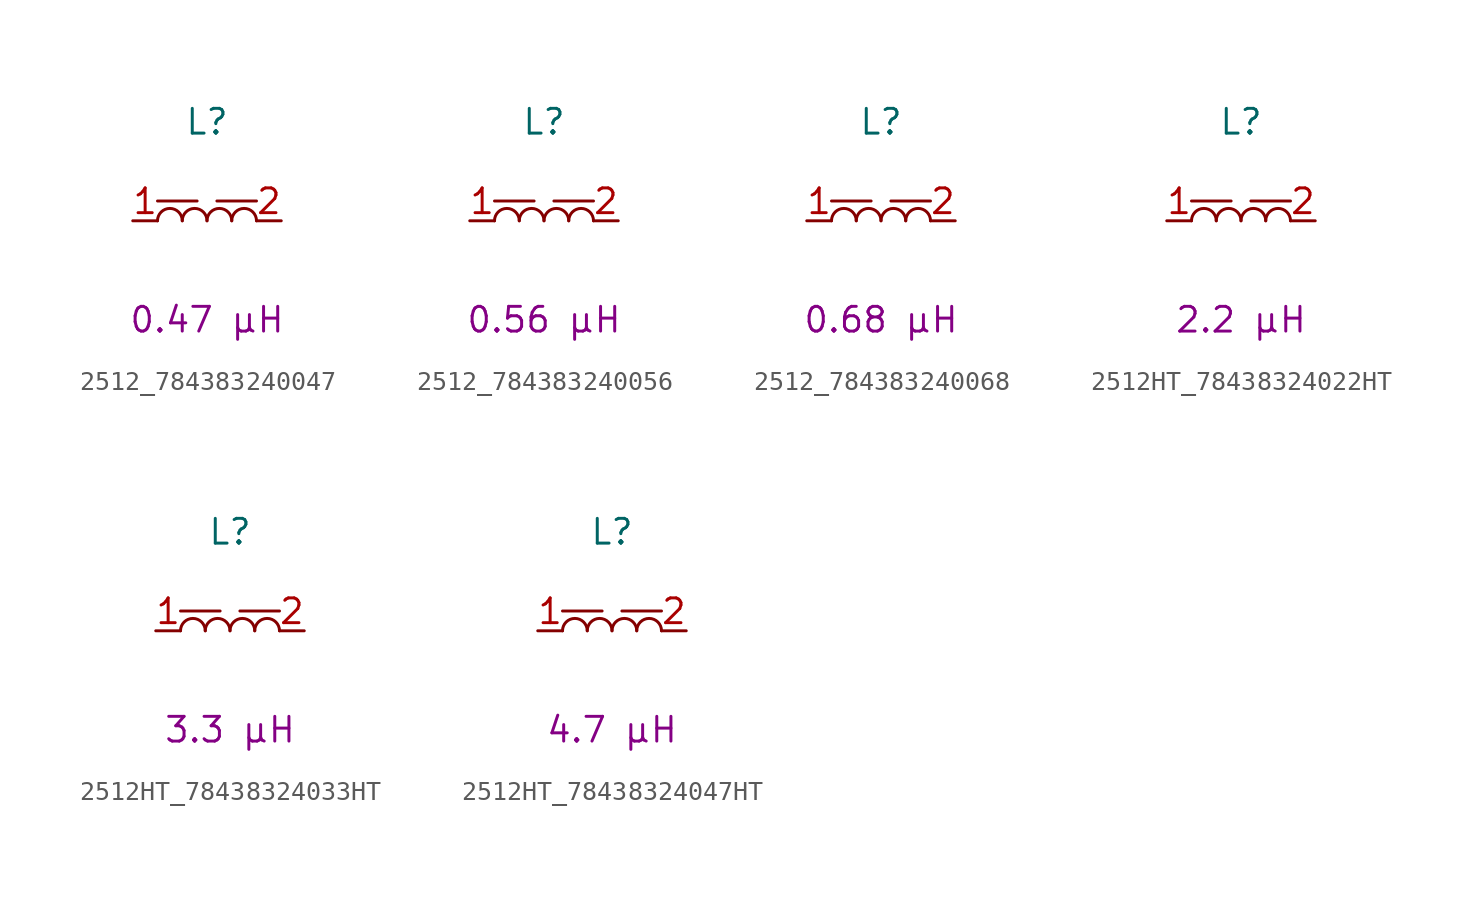
<source format=kicad_sym>
(kicad_symbol_lib
  (version 20220914)
  (generator kicad_symbol_editor)
  (symbol "2512_784383240047"
    (pin_names hide)
    (property "Reference" "L"
      (at 0 5.08 0)
      (effects (font (size 1.27 1.27))))
    (property "Critical Parameter" "0.47 µH"
      (at 0 -5.08 0)
      (effects (font (size 1.27 1.27))))
    (symbol "2512_784383240047_0_1"
      (arc (start -1.27 0) (mid -1.905 0.6323) (end -2.54 0) (stroke (width 0) (type default)) (fill (type none)))
      (arc (start 0 0) (mid -0.635 0.6323) (end -1.27 0) (stroke (width 0) (type default)) (fill (type none)))
      (polyline (pts (xy -2.54 1.016) (xy -0.508 1.016)) (stroke (width 0) (type default)) (fill (type none)))
      (arc (start 1.27 0) (mid 0.635 0.6323) (end 0 0) (stroke (width 0) (type default)) (fill (type none)))
      (arc (start 2.54 0) (mid 1.905 0.6323) (end 1.27 0) (stroke (width 0) (type default)) (fill (type none))))
    (symbol "2512_784383240047_1_1"
      (polyline (pts (xy 2.54 1.016) (xy 0.508 1.016)) (stroke (width 0) (type default)) (fill (type none)))
      (pin passive line (at -3.81 0 0) (length 1.27) (name "1" (effects (font (size 1.27 1.27)))) (number "1" (effects (font (size 1.27 1.27)))))
      (pin passive line (at 3.81 0 180) (length 1.27) (name "2" (effects (font (size 1.27 1.27)))) (number "2" (effects (font (size 1.27 1.27)))))))
  (symbol "2512_784383240056"
    (pin_names hide)
    (property "Reference" "L"
      (at 0 5.08 0)
      (effects (font (size 1.27 1.27))))
    (property "Critical Parameter" "0.56 µH"
      (at 0 -5.08 0)
      (effects (font (size 1.27 1.27))))
    (symbol "2512_784383240056_0_1"
      (arc (start -1.27 0) (mid -1.905 0.6323) (end -2.54 0) (stroke (width 0) (type default)) (fill (type none)))
      (arc (start 0 0) (mid -0.635 0.6323) (end -1.27 0) (stroke (width 0) (type default)) (fill (type none)))
      (polyline (pts (xy -2.54 1.016) (xy -0.508 1.016)) (stroke (width 0) (type default)) (fill (type none)))
      (arc (start 1.27 0) (mid 0.635 0.6323) (end 0 0) (stroke (width 0) (type default)) (fill (type none)))
      (arc (start 2.54 0) (mid 1.905 0.6323) (end 1.27 0) (stroke (width 0) (type default)) (fill (type none))))
    (symbol "2512_784383240056_1_1"
      (polyline (pts (xy 2.54 1.016) (xy 0.508 1.016)) (stroke (width 0) (type default)) (fill (type none)))
      (pin passive line (at -3.81 0 0) (length 1.27) (name "1" (effects (font (size 1.27 1.27)))) (number "1" (effects (font (size 1.27 1.27)))))
      (pin passive line (at 3.81 0 180) (length 1.27) (name "2" (effects (font (size 1.27 1.27)))) (number "2" (effects (font (size 1.27 1.27)))))))
  (symbol "2512_784383240068"
    (pin_names hide)
    (property "Reference" "L"
      (at 0 5.08 0)
      (effects (font (size 1.27 1.27))))
    (property "Critical Parameter" "0.68 µH"
      (at 0 -5.08 0)
      (effects (font (size 1.27 1.27))))
    (symbol "2512_784383240068_0_1"
      (arc (start -1.27 0) (mid -1.905 0.6323) (end -2.54 0) (stroke (width 0) (type default)) (fill (type none)))
      (arc (start 0 0) (mid -0.635 0.6323) (end -1.27 0) (stroke (width 0) (type default)) (fill (type none)))
      (polyline (pts (xy -2.54 1.016) (xy -0.508 1.016)) (stroke (width 0) (type default)) (fill (type none)))
      (arc (start 1.27 0) (mid 0.635 0.6323) (end 0 0) (stroke (width 0) (type default)) (fill (type none)))
      (arc (start 2.54 0) (mid 1.905 0.6323) (end 1.27 0) (stroke (width 0) (type default)) (fill (type none))))
    (symbol "2512_784383240068_1_1"
      (polyline (pts (xy 2.54 1.016) (xy 0.508 1.016)) (stroke (width 0) (type default)) (fill (type none)))
      (pin passive line (at -3.81 0 0) (length 1.27) (name "1" (effects (font (size 1.27 1.27)))) (number "1" (effects (font (size 1.27 1.27)))))
      (pin passive line (at 3.81 0 180) (length 1.27) (name "2" (effects (font (size 1.27 1.27)))) (number "2" (effects (font (size 1.27 1.27)))))))
  (symbol "2512HT_78438324022HT"
    (pin_names hide)
    (property "Reference" "L"
      (at 0 5.08 0)
      (effects (font (size 1.27 1.27))))
    (property "Critical Parameter" "2.2 µH"
      (at 0 -5.08 0)
      (effects (font (size 1.27 1.27))))
    (symbol "2512HT_78438324022HT_0_1"
      (arc (start -1.27 0) (mid -1.905 0.6323) (end -2.54 0) (stroke (width 0) (type default)) (fill (type none)))
      (arc (start 0 0) (mid -0.635 0.6323) (end -1.27 0) (stroke (width 0) (type default)) (fill (type none)))
      (polyline (pts (xy -2.54 1.016) (xy -0.508 1.016)) (stroke (width 0) (type default)) (fill (type none)))
      (arc (start 1.27 0) (mid 0.635 0.6323) (end 0 0) (stroke (width 0) (type default)) (fill (type none)))
      (arc (start 2.54 0) (mid 1.905 0.6323) (end 1.27 0) (stroke (width 0) (type default)) (fill (type none))))
    (symbol "2512HT_78438324022HT_1_1"
      (polyline (pts (xy 2.54 1.016) (xy 0.508 1.016)) (stroke (width 0) (type default)) (fill (type none)))
      (pin passive line (at -3.81 0 0) (length 1.27) (name "1" (effects (font (size 1.27 1.27)))) (number "1" (effects (font (size 1.27 1.27)))))
      (pin passive line (at 3.81 0 180) (length 1.27) (name "2" (effects (font (size 1.27 1.27)))) (number "2" (effects (font (size 1.27 1.27)))))))
  (symbol "2512HT_78438324033HT"
    (pin_names hide)
    (property "Reference" "L"
      (at 0 5.08 0)
      (effects (font (size 1.27 1.27))))
    (property "Critical Parameter" "3.3 µH"
      (at 0 -5.08 0)
      (effects (font (size 1.27 1.27))))
    (symbol "2512HT_78438324033HT_0_1"
      (arc (start -1.27 0) (mid -1.905 0.6323) (end -2.54 0) (stroke (width 0) (type default)) (fill (type none)))
      (arc (start 0 0) (mid -0.635 0.6323) (end -1.27 0) (stroke (width 0) (type default)) (fill (type none)))
      (polyline (pts (xy -2.54 1.016) (xy -0.508 1.016)) (stroke (width 0) (type default)) (fill (type none)))
      (arc (start 1.27 0) (mid 0.635 0.6323) (end 0 0) (stroke (width 0) (type default)) (fill (type none)))
      (arc (start 2.54 0) (mid 1.905 0.6323) (end 1.27 0) (stroke (width 0) (type default)) (fill (type none))))
    (symbol "2512HT_78438324033HT_1_1"
      (polyline (pts (xy 2.54 1.016) (xy 0.508 1.016)) (stroke (width 0) (type default)) (fill (type none)))
      (pin passive line (at -3.81 0 0) (length 1.27) (name "1" (effects (font (size 1.27 1.27)))) (number "1" (effects (font (size 1.27 1.27)))))
      (pin passive line (at 3.81 0 180) (length 1.27) (name "2" (effects (font (size 1.27 1.27)))) (number "2" (effects (font (size 1.27 1.27)))))))
  (symbol "2512HT_78438324047HT"
    (pin_names hide)
    (property "Reference" "L"
      (at 0 5.08 0)
      (effects (font (size 1.27 1.27))))
    (property "Critical Parameter" "4.7 µH"
      (at 0 -5.08 0)
      (effects (font (size 1.27 1.27))))
    (symbol "2512HT_78438324047HT_0_1"
      (arc (start -1.27 0) (mid -1.905 0.6323) (end -2.54 0) (stroke (width 0) (type default)) (fill (type none)))
      (arc (start 0 0) (mid -0.635 0.6323) (end -1.27 0) (stroke (width 0) (type default)) (fill (type none)))
      (polyline (pts (xy -2.54 1.016) (xy -0.508 1.016)) (stroke (width 0) (type default)) (fill (type none)))
      (arc (start 1.27 0) (mid 0.635 0.6323) (end 0 0) (stroke (width 0) (type default)) (fill (type none)))
      (arc (start 2.54 0) (mid 1.905 0.6323) (end 1.27 0) (stroke (width 0) (type default)) (fill (type none))))
    (symbol "2512HT_78438324047HT_1_1"
      (polyline (pts (xy 2.54 1.016) (xy 0.508 1.016)) (stroke (width 0) (type default)) (fill (type none)))
      (pin passive line (at -3.81 0 0) (length 1.27) (name "1" (effects (font (size 1.27 1.27)))) (number "1" (effects (font (size 1.27 1.27)))))
      (pin passive line (at 3.81 0 180) (length 1.27) (name "2" (effects (font (size 1.27 1.27)))) (number "2" (effects (font (size 1.27 1.27))))))))
</source>
